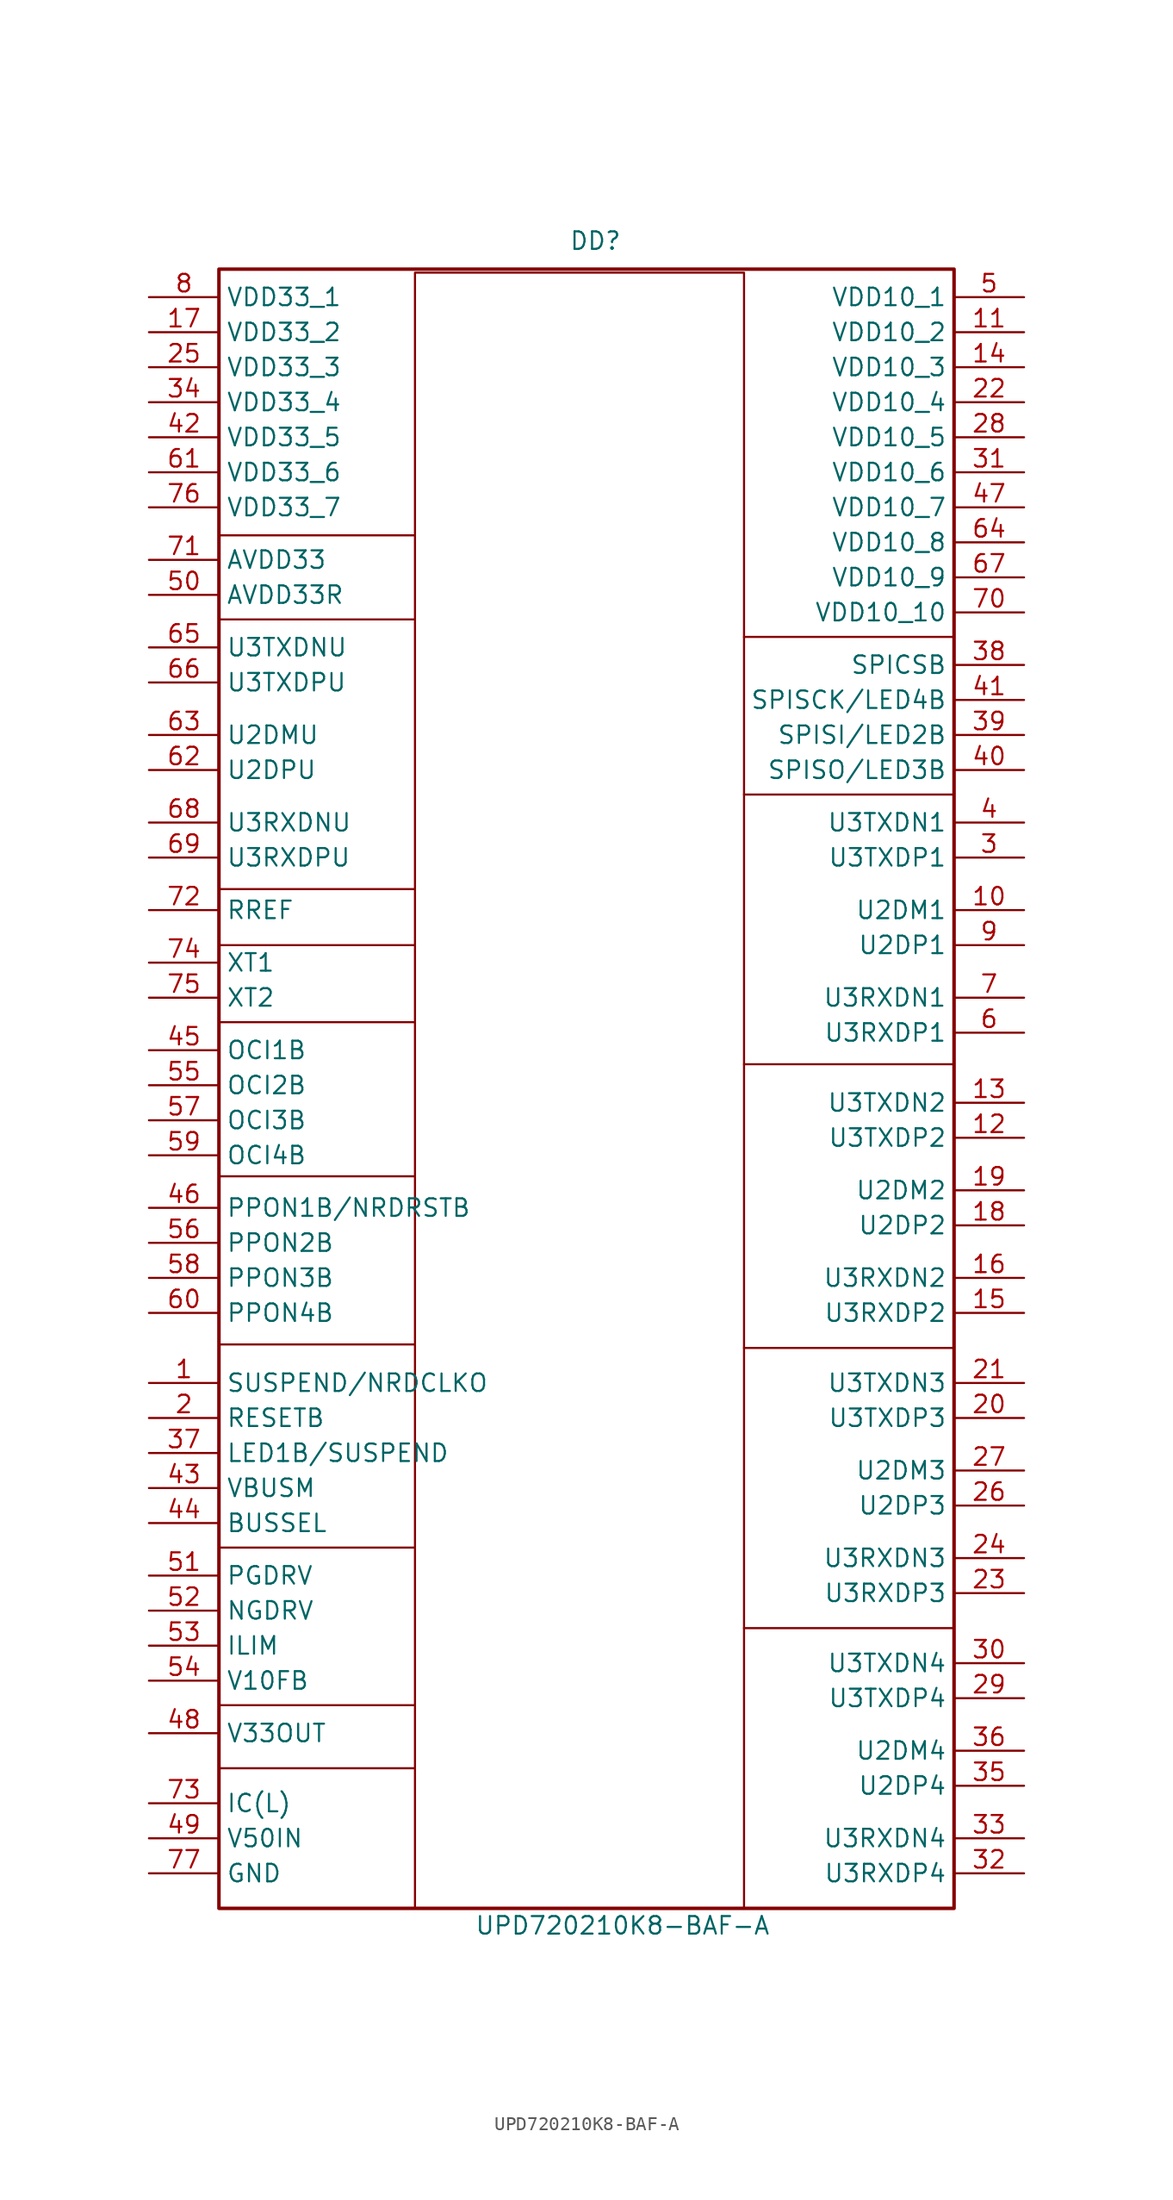
<source format=kicad_sym>
(kicad_symbol_lib
  (version 20241209)
  (generator "kicad_symbol_editor")
  (generator_version "9.0")
  (symbol "UPD720210K8-BAF-A"
    (property "Reference" "DD"
      (at 30.48 53.086 0)
      (effects (font (size 1.27 1.27)) (justify left top)))
    (property "Value" "UPD720210K8-BAF-A"
      (at 23.622 -69.088 0)
      (effects (font (size 1.27 1.27)) (justify left top)))
    (symbol "UPD720210K8-BAF-A_1_1"
      (rectangle (start 5.08 50.292) (end 58.42 -68.58) (stroke (width 0.254) (type solid)) (fill (type none)))
      (polyline (pts (xy 5.08 30.988) (xy 19.304 30.988)) (stroke (width 0) (type default)) (fill (type none)))
      (polyline (pts (xy 5.08 24.892) (xy 19.304 24.892)) (stroke (width 0) (type default)) (fill (type none)))
      (polyline (pts (xy 5.08 5.334) (xy 19.304 5.334)) (stroke (width 0) (type default)) (fill (type none)))
      (polyline (pts (xy 5.08 1.27) (xy 19.304 1.27)) (stroke (width 0) (type default)) (fill (type none)))
      (polyline (pts (xy 5.08 -4.318) (xy 19.304 -4.318)) (stroke (width 0) (type default)) (fill (type none)))
      (polyline (pts (xy 5.08 -15.494) (xy 19.304 -15.494)) (stroke (width 0) (type default)) (fill (type none)))
      (polyline (pts (xy 5.08 -27.686) (xy 19.304 -27.686)) (stroke (width 0) (type default)) (fill (type none)))
      (polyline (pts (xy 5.08 -42.418) (xy 19.304 -42.418)) (stroke (width 0) (type default)) (fill (type none)))
      (polyline (pts (xy 5.08 -53.848) (xy 19.304 -53.848)) (stroke (width 0) (type default)) (fill (type none)))
      (polyline (pts (xy 5.08 -58.42) (xy 19.304 -58.42)) (stroke (width 0) (type default)) (fill (type none)))
      (rectangle (start 19.304 50.038) (end 43.18 -68.58) (stroke (width 0) (type default)) (fill (type none)))
      (polyline (pts (xy 43.18 23.622) (xy 58.42 23.622)) (stroke (width 0) (type default)) (fill (type none)))
      (polyline (pts (xy 43.18 12.192) (xy 58.42 12.192)) (stroke (width 0) (type default)) (fill (type none)))
      (polyline (pts (xy 43.18 -7.366) (xy 58.42 -7.366)) (stroke (width 0) (type default)) (fill (type none)))
      (polyline (pts (xy 43.18 -27.94) (xy 58.42 -27.94)) (stroke (width 0) (type default)) (fill (type none)))
      (polyline (pts (xy 43.18 -48.26) (xy 58.42 -48.26)) (stroke (width 0) (type default)) (fill (type none)))
      (pin passive line (at 0 48.26 0) (length 5.08) (name "VDD33_1" (effects (font (size 1.27 1.27)))) (number "8" (effects (font (size 1.27 1.27)))))
      (pin passive line (at 0 45.72 0) (length 5.08) (name "VDD33_2" (effects (font (size 1.27 1.27)))) (number "17" (effects (font (size 1.27 1.27)))))
      (pin passive line (at 0 43.18 0) (length 5.08) (name "VDD33_3" (effects (font (size 1.27 1.27)))) (number "25" (effects (font (size 1.27 1.27)))))
      (pin passive line (at 0 40.64 0) (length 5.08) (name "VDD33_4" (effects (font (size 1.27 1.27)))) (number "34" (effects (font (size 1.27 1.27)))))
      (pin passive line (at 0 38.1 0) (length 5.08) (name "VDD33_5" (effects (font (size 1.27 1.27)))) (number "42" (effects (font (size 1.27 1.27)))))
      (pin passive line (at 0 35.56 0) (length 5.08) (name "VDD33_6" (effects (font (size 1.27 1.27)))) (number "61" (effects (font (size 1.27 1.27)))))
      (pin passive line (at 0 33.02 0) (length 5.08) (name "VDD33_7" (effects (font (size 1.27 1.27)))) (number "76" (effects (font (size 1.27 1.27)))))
      (pin passive line (at 0 29.21 0) (length 5.08) (name "AVDD33" (effects (font (size 1.27 1.27)))) (number "71" (effects (font (size 1.27 1.27)))))
      (pin passive line (at 0 26.67 0) (length 5.08) (name "AVDD33R" (effects (font (size 1.27 1.27)))) (number "50" (effects (font (size 1.27 1.27)))))
      (pin passive line (at 0 22.86 0) (length 5.08) (name "U3TXDNU" (effects (font (size 1.27 1.27)))) (number "65" (effects (font (size 1.27 1.27)))))
      (pin passive line (at 0 20.32 0) (length 5.08) (name "U3TXDPU" (effects (font (size 1.27 1.27)))) (number "66" (effects (font (size 1.27 1.27)))))
      (pin passive line (at 0 16.51 0) (length 5.08) (name "U2DMU" (effects (font (size 1.27 1.27)))) (number "63" (effects (font (size 1.27 1.27)))))
      (pin passive line (at 0 13.97 0) (length 5.08) (name "U2DPU" (effects (font (size 1.27 1.27)))) (number "62" (effects (font (size 1.27 1.27)))))
      (pin passive line (at 0 10.16 0) (length 5.08) (name "U3RXDNU" (effects (font (size 1.27 1.27)))) (number "68" (effects (font (size 1.27 1.27)))))
      (pin passive line (at 0 7.62 0) (length 5.08) (name "U3RXDPU" (effects (font (size 1.27 1.27)))) (number "69" (effects (font (size 1.27 1.27)))))
      (pin passive line (at 0 3.81 0) (length 5.08) (name "RREF" (effects (font (size 1.27 1.27)))) (number "72" (effects (font (size 1.27 1.27)))))
      (pin passive line (at 0 0 0) (length 5.08) (name "XT1" (effects (font (size 1.27 1.27)))) (number "74" (effects (font (size 1.27 1.27)))))
      (pin passive line (at 0 -2.54 0) (length 5.08) (name "XT2" (effects (font (size 1.27 1.27)))) (number "75" (effects (font (size 1.27 1.27)))))
      (pin passive line (at 0 -6.35 0) (length 5.08) (name "OCI1B" (effects (font (size 1.27 1.27)))) (number "45" (effects (font (size 1.27 1.27)))))
      (pin passive line (at 0 -8.89 0) (length 5.08) (name "OCI2B" (effects (font (size 1.27 1.27)))) (number "55" (effects (font (size 1.27 1.27)))))
      (pin passive line (at 0 -11.43 0) (length 5.08) (name "OCI3B" (effects (font (size 1.27 1.27)))) (number "57" (effects (font (size 1.27 1.27)))))
      (pin passive line (at 0 -13.97 0) (length 5.08) (name "OCI4B" (effects (font (size 1.27 1.27)))) (number "59" (effects (font (size 1.27 1.27)))))
      (pin passive line (at 0 -17.78 0) (length 5.08) (name "PPON1B/NRDRSTB" (effects (font (size 1.27 1.27)))) (number "46" (effects (font (size 1.27 1.27)))))
      (pin passive line (at 0 -20.32 0) (length 5.08) (name "PPON2B" (effects (font (size 1.27 1.27)))) (number "56" (effects (font (size 1.27 1.27)))))
      (pin passive line (at 0 -22.86 0) (length 5.08) (name "PPON3B" (effects (font (size 1.27 1.27)))) (number "58" (effects (font (size 1.27 1.27)))))
      (pin passive line (at 0 -25.4 0) (length 5.08) (name "PPON4B" (effects (font (size 1.27 1.27)))) (number "60" (effects (font (size 1.27 1.27)))))
      (pin passive line (at 0 -30.48 0) (length 5.08) (name "SUSPEND/NRDCLKO" (effects (font (size 1.27 1.27)))) (number "1" (effects (font (size 1.27 1.27)))))
      (pin passive line (at 0 -33.02 0) (length 5.08) (name "RESETB" (effects (font (size 1.27 1.27)))) (number "2" (effects (font (size 1.27 1.27)))))
      (pin passive line (at 0 -35.56 0) (length 5.08) (name "LED1B/SUSPEND" (effects (font (size 1.27 1.27)))) (number "37" (effects (font (size 1.27 1.27)))))
      (pin passive line (at 0 -38.1 0) (length 5.08) (name "VBUSM" (effects (font (size 1.27 1.27)))) (number "43" (effects (font (size 1.27 1.27)))))
      (pin passive line (at 0 -40.64 0) (length 5.08) (name "BUSSEL" (effects (font (size 1.27 1.27)))) (number "44" (effects (font (size 1.27 1.27)))))
      (pin passive line (at 0 -44.45 0) (length 5.08) (name "PGDRV" (effects (font (size 1.27 1.27)))) (number "51" (effects (font (size 1.27 1.27)))))
      (pin passive line (at 0 -46.99 0) (length 5.08) (name "NGDRV" (effects (font (size 1.27 1.27)))) (number "52" (effects (font (size 1.27 1.27)))))
      (pin passive line (at 0 -49.53 0) (length 5.08) (name "ILIM" (effects (font (size 1.27 1.27)))) (number "53" (effects (font (size 1.27 1.27)))))
      (pin passive line (at 0 -52.07 0) (length 5.08) (name "V10FB" (effects (font (size 1.27 1.27)))) (number "54" (effects (font (size 1.27 1.27)))))
      (pin passive line (at 0 -55.88 0) (length 5.08) (name "V33OUT" (effects (font (size 1.27 1.27)))) (number "48" (effects (font (size 1.27 1.27)))))
      (pin passive line (at 0 -60.96 0) (length 5.08) (name "IC(L)" (effects (font (size 1.27 1.27)))) (number "73" (effects (font (size 1.27 1.27)))))
      (pin passive line (at 0 -63.5 0) (length 5.08) (name "V50IN" (effects (font (size 1.27 1.27)))) (number "49" (effects (font (size 1.27 1.27)))))
      (pin passive line (at 0 -66.04 0) (length 5.08) (name "GND" (effects (font (size 1.27 1.27)))) (number "77" (effects (font (size 1.27 1.27)))))
      (pin passive line (at 63.5 48.26 180) (length 5.08) (name "VDD10_1" (effects (font (size 1.27 1.27)))) (number "5" (effects (font (size 1.27 1.27)))))
      (pin passive line (at 63.5 45.72 180) (length 5.08) (name "VDD10_2" (effects (font (size 1.27 1.27)))) (number "11" (effects (font (size 1.27 1.27)))))
      (pin passive line (at 63.5 43.18 180) (length 5.08) (name "VDD10_3" (effects (font (size 1.27 1.27)))) (number "14" (effects (font (size 1.27 1.27)))))
      (pin passive line (at 63.5 40.64 180) (length 5.08) (name "VDD10_4" (effects (font (size 1.27 1.27)))) (number "22" (effects (font (size 1.27 1.27)))))
      (pin passive line (at 63.5 38.1 180) (length 5.08) (name "VDD10_5" (effects (font (size 1.27 1.27)))) (number "28" (effects (font (size 1.27 1.27)))))
      (pin passive line (at 63.5 35.56 180) (length 5.08) (name "VDD10_6" (effects (font (size 1.27 1.27)))) (number "31" (effects (font (size 1.27 1.27)))))
      (pin passive line (at 63.5 33.02 180) (length 5.08) (name "VDD10_7" (effects (font (size 1.27 1.27)))) (number "47" (effects (font (size 1.27 1.27)))))
      (pin passive line (at 63.5 30.48 180) (length 5.08) (name "VDD10_8" (effects (font (size 1.27 1.27)))) (number "64" (effects (font (size 1.27 1.27)))))
      (pin passive line (at 63.5 27.94 180) (length 5.08) (name "VDD10_9" (effects (font (size 1.27 1.27)))) (number "67" (effects (font (size 1.27 1.27)))))
      (pin passive line (at 63.5 25.4 180) (length 5.08) (name "VDD10_10" (effects (font (size 1.27 1.27)))) (number "70" (effects (font (size 1.27 1.27)))))
      (pin passive line (at 63.5 21.59 180) (length 5.08) (name "SPICSB" (effects (font (size 1.27 1.27)))) (number "38" (effects (font (size 1.27 1.27)))))
      (pin passive line (at 63.5 19.05 180) (length 5.08) (name "SPISCK/LED4B" (effects (font (size 1.27 1.27)))) (number "41" (effects (font (size 1.27 1.27)))))
      (pin passive line (at 63.5 16.51 180) (length 5.08) (name "SPISI/LED2B" (effects (font (size 1.27 1.27)))) (number "39" (effects (font (size 1.27 1.27)))))
      (pin passive line (at 63.5 13.97 180) (length 5.08) (name "SPISO/LED3B" (effects (font (size 1.27 1.27)))) (number "40" (effects (font (size 1.27 1.27)))))
      (pin passive line (at 63.5 10.16 180) (length 5.08) (name "U3TXDN1" (effects (font (size 1.27 1.27)))) (number "4" (effects (font (size 1.27 1.27)))))
      (pin passive line (at 63.5 7.62 180) (length 5.08) (name "U3TXDP1" (effects (font (size 1.27 1.27)))) (number "3" (effects (font (size 1.27 1.27)))))
      (pin passive line (at 63.5 3.81 180) (length 5.08) (name "U2DM1" (effects (font (size 1.27 1.27)))) (number "10" (effects (font (size 1.27 1.27)))))
      (pin passive line (at 63.5 1.27 180) (length 5.08) (name "U2DP1" (effects (font (size 1.27 1.27)))) (number "9" (effects (font (size 1.27 1.27)))))
      (pin passive line (at 63.5 -2.54 180) (length 5.08) (name "U3RXDN1" (effects (font (size 1.27 1.27)))) (number "7" (effects (font (size 1.27 1.27)))))
      (pin passive line (at 63.5 -5.08 180) (length 5.08) (name "U3RXDP1" (effects (font (size 1.27 1.27)))) (number "6" (effects (font (size 1.27 1.27)))))
      (pin passive line (at 63.5 -10.16 180) (length 5.08) (name "U3TXDN2" (effects (font (size 1.27 1.27)))) (number "13" (effects (font (size 1.27 1.27)))))
      (pin passive line (at 63.5 -12.7 180) (length 5.08) (name "U3TXDP2" (effects (font (size 1.27 1.27)))) (number "12" (effects (font (size 1.27 1.27)))))
      (pin passive line (at 63.5 -16.51 180) (length 5.08) (name "U2DM2" (effects (font (size 1.27 1.27)))) (number "19" (effects (font (size 1.27 1.27)))))
      (pin passive line (at 63.5 -19.05 180) (length 5.08) (name "U2DP2" (effects (font (size 1.27 1.27)))) (number "18" (effects (font (size 1.27 1.27)))))
      (pin passive line (at 63.5 -22.86 180) (length 5.08) (name "U3RXDN2" (effects (font (size 1.27 1.27)))) (number "16" (effects (font (size 1.27 1.27)))))
      (pin passive line (at 63.5 -25.4 180) (length 5.08) (name "U3RXDP2" (effects (font (size 1.27 1.27)))) (number "15" (effects (font (size 1.27 1.27)))))
      (pin passive line (at 63.5 -30.48 180) (length 5.08) (name "U3TXDN3" (effects (font (size 1.27 1.27)))) (number "21" (effects (font (size 1.27 1.27)))))
      (pin passive line (at 63.5 -33.02 180) (length 5.08) (name "U3TXDP3" (effects (font (size 1.27 1.27)))) (number "20" (effects (font (size 1.27 1.27)))))
      (pin passive line (at 63.5 -36.83 180) (length 5.08) (name "U2DM3" (effects (font (size 1.27 1.27)))) (number "27" (effects (font (size 1.27 1.27)))))
      (pin passive line (at 63.5 -39.37 180) (length 5.08) (name "U2DP3" (effects (font (size 1.27 1.27)))) (number "26" (effects (font (size 1.27 1.27)))))
      (pin passive line (at 63.5 -43.18 180) (length 5.08) (name "U3RXDN3" (effects (font (size 1.27 1.27)))) (number "24" (effects (font (size 1.27 1.27)))))
      (pin passive line (at 63.5 -45.72 180) (length 5.08) (name "U3RXDP3" (effects (font (size 1.27 1.27)))) (number "23" (effects (font (size 1.27 1.27)))))
      (pin passive line (at 63.5 -50.8 180) (length 5.08) (name "U3TXDN4" (effects (font (size 1.27 1.27)))) (number "30" (effects (font (size 1.27 1.27)))))
      (pin passive line (at 63.5 -53.34 180) (length 5.08) (name "U3TXDP4" (effects (font (size 1.27 1.27)))) (number "29" (effects (font (size 1.27 1.27)))))
      (pin passive line (at 63.5 -57.15 180) (length 5.08) (name "U2DM4" (effects (font (size 1.27 1.27)))) (number "36" (effects (font (size 1.27 1.27)))))
      (pin passive line (at 63.5 -59.69 180) (length 5.08) (name "U2DP4" (effects (font (size 1.27 1.27)))) (number "35" (effects (font (size 1.27 1.27)))))
      (pin passive line (at 63.5 -63.5 180) (length 5.08) (name "U3RXDN4" (effects (font (size 1.27 1.27)))) (number "33" (effects (font (size 1.27 1.27)))))
      (pin passive line (at 63.5 -66.04 180) (length 5.08) (name "U3RXDP4" (effects (font (size 1.27 1.27)))) (number "32" (effects (font (size 1.27 1.27))))))))
</source>
